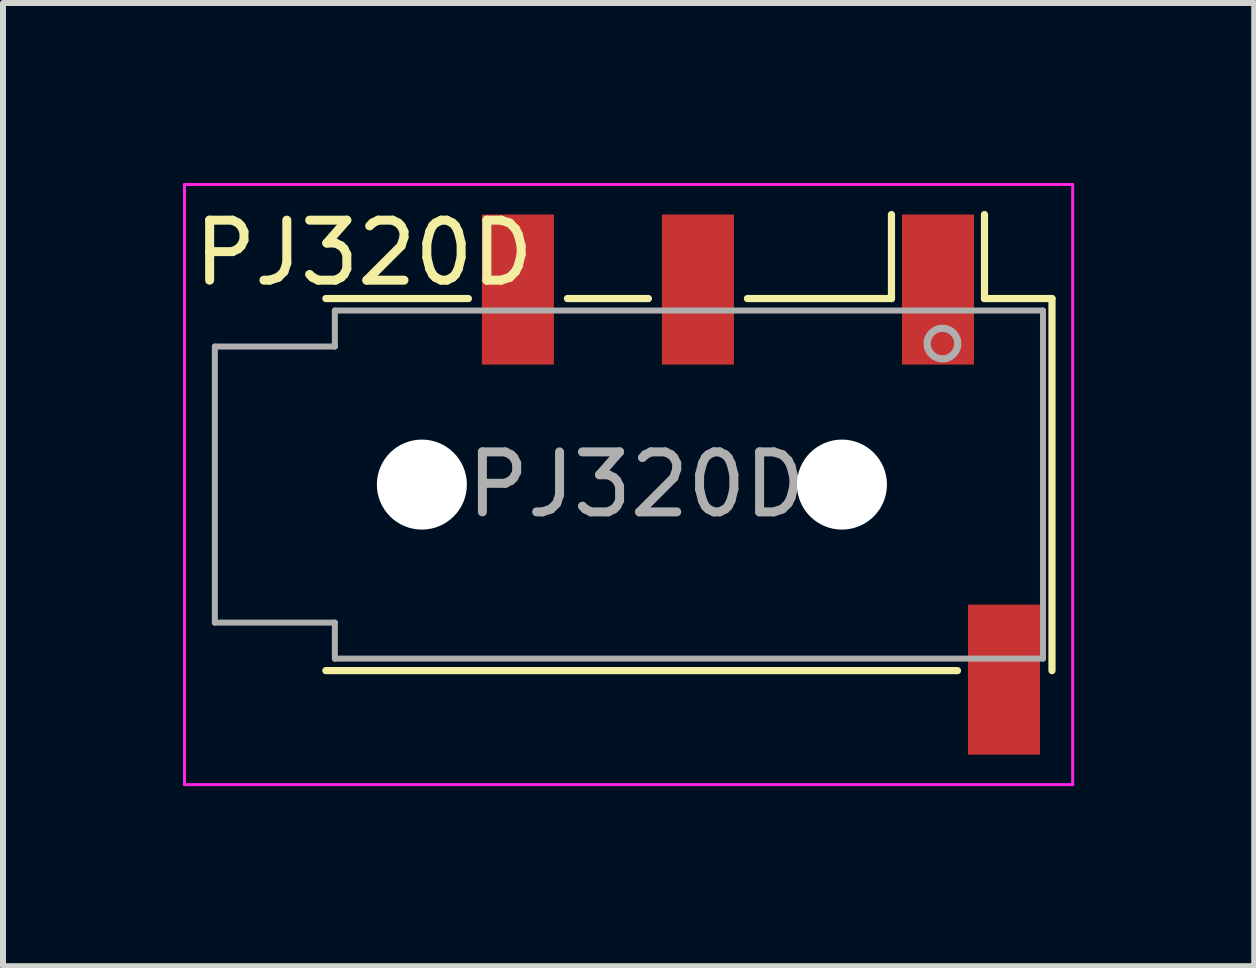
<source format=kicad_pcb>
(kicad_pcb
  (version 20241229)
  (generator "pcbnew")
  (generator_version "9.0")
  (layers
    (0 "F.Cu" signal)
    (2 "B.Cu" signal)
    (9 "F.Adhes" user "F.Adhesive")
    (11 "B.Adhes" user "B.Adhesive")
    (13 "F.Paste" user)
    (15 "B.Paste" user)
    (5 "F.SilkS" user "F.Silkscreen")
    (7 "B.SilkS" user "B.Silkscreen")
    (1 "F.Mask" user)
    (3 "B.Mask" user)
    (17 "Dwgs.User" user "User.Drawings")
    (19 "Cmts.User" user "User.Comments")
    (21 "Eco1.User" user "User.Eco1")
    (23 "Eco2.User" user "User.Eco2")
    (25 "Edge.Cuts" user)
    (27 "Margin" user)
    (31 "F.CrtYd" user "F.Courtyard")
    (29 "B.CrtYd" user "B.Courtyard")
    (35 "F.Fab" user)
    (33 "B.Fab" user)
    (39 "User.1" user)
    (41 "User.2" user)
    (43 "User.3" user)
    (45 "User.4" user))
  (footprint "PJ320D"
    (layer "F.Cu")
    (at 8.755 5.025)
    (property "Reference" "PJ320D" (at -5.74 -3.861 180) (layer "F.SilkS") (effects (font (size 1 1) (thickness 0.15))))
    (attr smd)
    (fp_line (start -6.375 -3.1) (end -4 -3.1) (stroke (width 0.12) (type solid)) (layer "F.SilkS"))
    (fp_line (start -2.35 -3.1) (end -1 -3.1) (stroke (width 0.12) (type solid)) (layer "F.SilkS"))
    (fp_line (start 0.65 -3.1) (end 3.05 -3.1) (stroke (width 0.12) (type solid)) (layer "F.SilkS"))
    (fp_line (start 3.05 -3.1) (end 3.05 -4.5) (stroke (width 0.12) (type solid)) (layer "F.SilkS"))
    (fp_line (start 4.15 3.1) (end -6.375 3.1) (stroke (width 0.12) (type solid)) (layer "F.SilkS"))
    (fp_line (start 4.6 -3.1) (end 4.6 -4.5) (stroke (width 0.12) (type solid)) (layer "F.SilkS"))
    (fp_line (start 4.6 -3.1) (end 5.725 -3.1) (stroke (width 0.12) (type solid)) (layer "F.SilkS"))
    (fp_line (start 5.725 3.1) (end 5.725 -3.1) (stroke (width 0.12) (type solid)) (layer "F.SilkS"))
    (fp_line (start -8.73 -5) (end 6.07 -5) (stroke (width 0.05) (type solid)) (layer "F.CrtYd"))
    (fp_line (start -8.73 5) (end -8.73 -5) (stroke (width 0.05) (type solid)) (layer "F.CrtYd"))
    (fp_line (start -8.73 5) (end 6.07 5) (stroke (width 0.05) (type solid)) (layer "F.CrtYd"))
    (fp_line (start 6.07 5) (end 6.07 -5) (stroke (width 0.05) (type solid)) (layer "F.CrtYd"))
    (fp_line (start -8.225 -2.3) (end -6.225 -2.3) (stroke (width 0.1) (type solid)) (layer "F.Fab"))
    (fp_line (start -8.225 2.3) (end -8.225 -2.3) (stroke (width 0.1) (type solid)) (layer "F.Fab"))
    (fp_line (start -6.225 -2.9) (end 5.575 -2.9) (stroke (width 0.1) (type solid)) (layer "F.Fab"))
    (fp_line (start -6.225 -2.3) (end -6.225 -2.9) (stroke (width 0.1) (type solid)) (layer "F.Fab"))
    (fp_line (start -6.225 2.3) (end -8.225 2.3) (stroke (width 0.1) (type solid)) (layer "F.Fab"))
    (fp_line (start -6.225 2.9) (end -6.225 2.3) (stroke (width 0.1) (type solid)) (layer "F.Fab"))
    (fp_line (start 5.575 -2.9) (end 5.575 2.9) (stroke (width 0.1) (type solid)) (layer "F.Fab"))
    (fp_line (start 5.575 2.9) (end -6.225 2.9) (stroke (width 0.1) (type solid)) (layer "F.Fab"))
    (fp_circle (center 3.9 -2.35) (end 3.95 -2.1) (stroke (width 0.12) (type solid)) (fill no) (layer "F.Fab"))
    (fp_text user "${REFERENCE}" (at -1.195 0 0) (layer "F.Fab") (effects (font (size 1 1) (thickness 0.15))))
    (pad "" np_thru_hole circle (at -4.775 0) (size 1.5 1.5) (drill 1.5) (layers "*.Cu" "*.Mask"))
    (pad "" np_thru_hole circle (at 2.225 0) (size 1.5 1.5) (drill 1.5) (layers "*.Cu" "*.Mask"))
    (pad "R1" smd rect (at -0.175 -3.25) (size 1.2 2.5) (layers "F.Cu" "F.Mask" "F.Paste"))
    (pad "R2" smd rect (at -3.175 -3.25) (size 1.2 2.5) (layers "F.Cu" "F.Mask" "F.Paste"))
    (pad "S" smd rect (at 4.925 3.25) (size 1.2 2.5) (layers "F.Cu" "F.Mask" "F.Paste"))
    (pad "T" smd rect (at 3.825 -3.25) (size 1.2 2.5) (layers "F.Cu" "F.Mask" "F.Paste")))
  (gr_rect
    (start -3 -3)
    (end 17.85 13.05)
    (stroke (width 0.1) (type default))
    (fill no)
    (layer "Edge.Cuts")))
</source>
